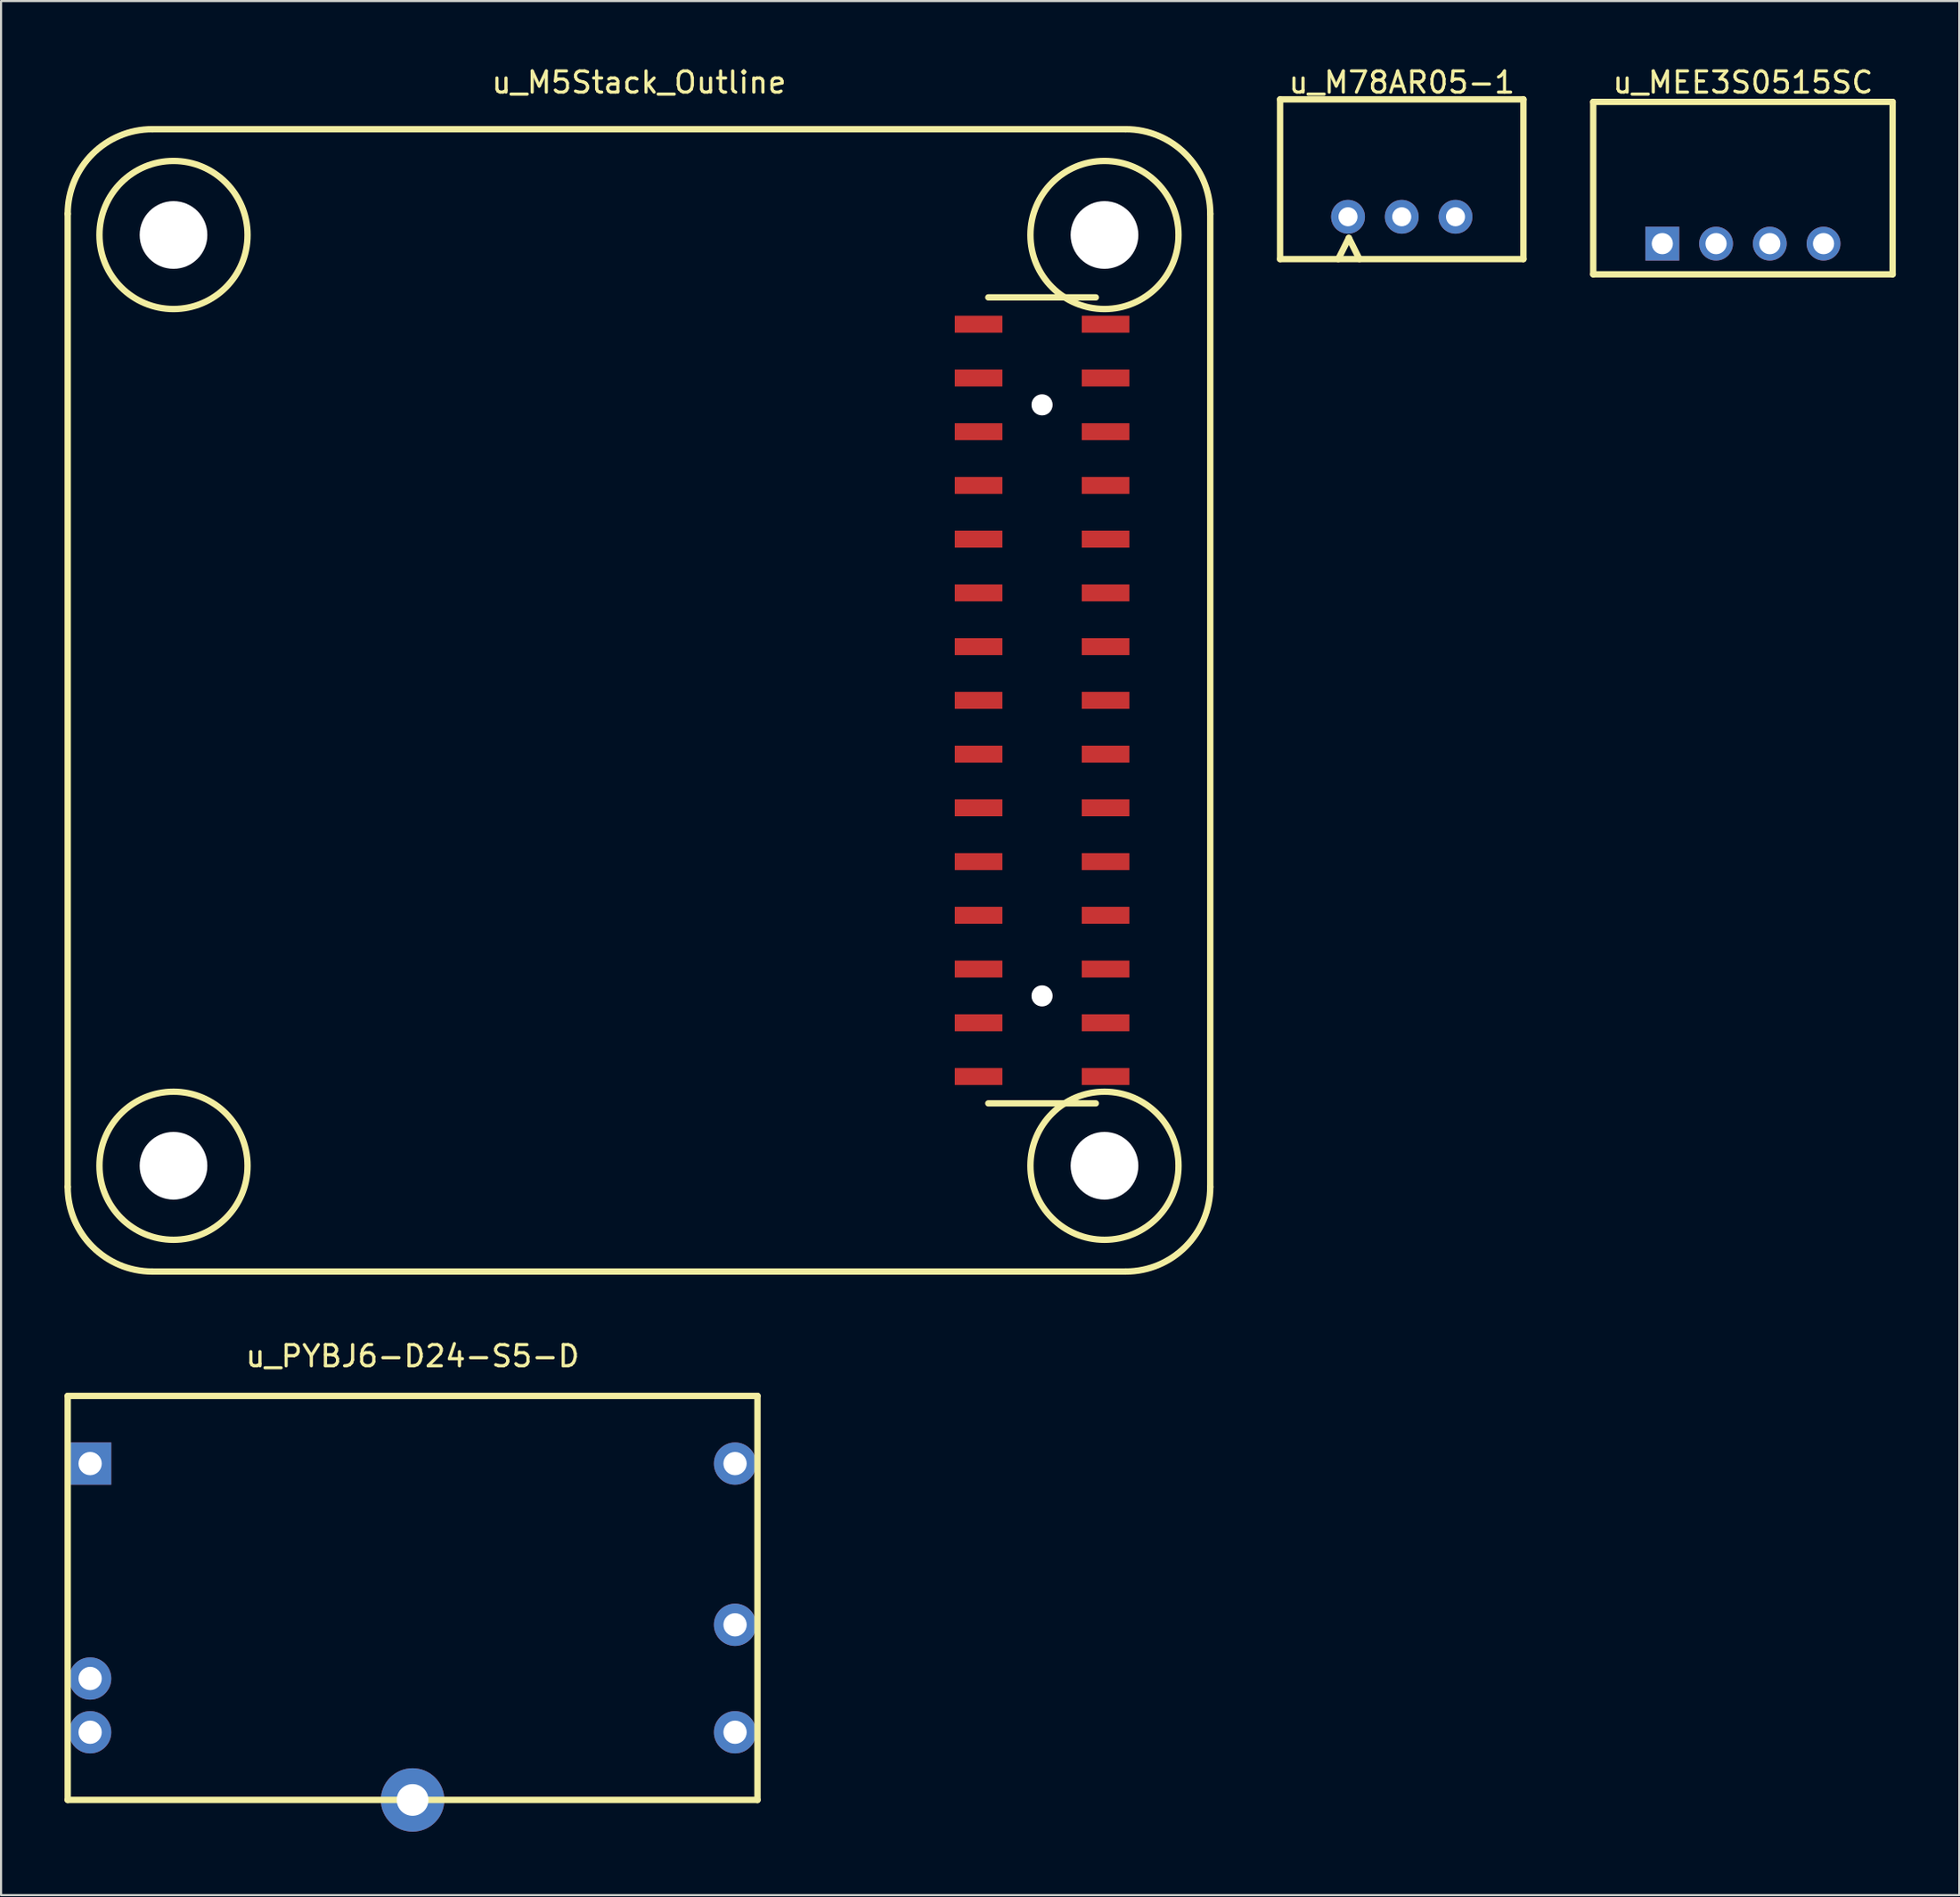
<source format=kicad_pcb>
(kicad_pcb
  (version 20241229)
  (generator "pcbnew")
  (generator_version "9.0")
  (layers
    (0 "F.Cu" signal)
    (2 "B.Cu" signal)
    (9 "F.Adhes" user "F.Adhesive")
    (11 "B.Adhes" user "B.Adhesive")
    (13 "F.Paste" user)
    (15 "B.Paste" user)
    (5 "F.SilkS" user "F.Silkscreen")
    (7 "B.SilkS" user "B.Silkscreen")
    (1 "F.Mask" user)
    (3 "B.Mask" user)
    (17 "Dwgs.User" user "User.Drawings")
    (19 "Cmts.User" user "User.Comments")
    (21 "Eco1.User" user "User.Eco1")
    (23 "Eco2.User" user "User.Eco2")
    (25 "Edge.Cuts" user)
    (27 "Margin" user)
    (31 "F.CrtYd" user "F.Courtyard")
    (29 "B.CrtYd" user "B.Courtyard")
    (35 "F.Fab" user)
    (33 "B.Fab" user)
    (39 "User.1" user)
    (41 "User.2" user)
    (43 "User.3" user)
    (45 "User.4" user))
  (footprint "u_M78AR05-1"
    (layer "F.Cu")
    (at 63.2 7.198)
    (property "Reference" "u_M78AR05-1" (at 0 -6.35 0) (layer "F.SilkS") (effects (font (size 1 1) (thickness 0.15))))
    (attr through_hole)
    (fp_line (start -5.75 -5.55) (end -5.75 2) (stroke (width 0.3) (type solid)) (layer "F.SilkS"))
    (fp_line (start -5.75 2) (end 5.75 2) (stroke (width 0.3) (type solid)) (layer "F.SilkS"))
    (fp_line (start -3 2) (end -2.5 1) (stroke (width 0.3) (type solid)) (layer "F.SilkS"))
    (fp_line (start -2.5 1) (end -2 2) (stroke (width 0.3) (type solid)) (layer "F.SilkS"))
    (fp_line (start 5.75 -5.55) (end -5.75 -5.55) (stroke (width 0.3) (type solid)) (layer "F.SilkS"))
    (fp_line (start 5.75 2) (end 5.75 -5.55) (stroke (width 0.3) (type solid)) (layer "F.SilkS"))
    (pad "1" thru_hole circle (at -2.54 0) (size 1.6 1.6) (drill 0.9) (layers "*.Cu" "*.Mask"))
    (pad "2" thru_hole circle (at 0 0) (size 1.6 1.6) (drill 0.9) (layers "*.Cu" "*.Mask"))
    (pad "3" thru_hole circle (at 2.54 0) (size 1.6 1.6) (drill 0.9) (layers "*.Cu" "*.Mask")))
  (footprint "u_M5Stack_Outline"
    (layer "F.Cu")
    (at 27.15 30.058)
    (property "Reference" "u_M5Stack_Outline" (at 0 -29.21 0) (layer "F.SilkS") (effects (font (size 1 1) (thickness 0.15))))
    (attr through_hole)
    (fp_line (start -27 -23) (end -27 23) (stroke (width 0.3) (type solid)) (layer "F.SilkS"))
    (fp_line (start -23 27) (end 23 27) (stroke (width 0.3) (type solid)) (layer "F.SilkS"))
    (fp_line (start 21.59 -19.05) (end 16.51 -19.05) (stroke (width 0.3) (type solid)) (layer "F.SilkS"))
    (fp_line (start 21.59 19.05) (end 16.51 19.05) (stroke (width 0.3) (type solid)) (layer "F.SilkS"))
    (fp_line (start 23 -27) (end -23 -27) (stroke (width 0.3) (type solid)) (layer "F.SilkS"))
    (fp_line (start 27 23) (end 27 -23) (stroke (width 0.3) (type solid)) (layer "F.SilkS"))
    (fp_arc (start -27 -23) (mid -25.828427 -25.828427) (end -23 -27) (stroke (width 0.3) (type solid)) (layer "F.SilkS"))
    (fp_arc (start -23 27) (mid -25.828427 25.828427) (end -27 23) (stroke (width 0.3) (type solid)) (layer "F.SilkS"))
    (fp_arc (start 23 -27) (mid 25.828427 -25.828427) (end 27 -23) (stroke (width 0.3) (type solid)) (layer "F.SilkS"))
    (fp_arc (start 27 23) (mid 25.828427 25.828427) (end 23 27) (stroke (width 0.3) (type solid)) (layer "F.SilkS"))
    (fp_circle (center -22 -22) (end -18.5 -22) (stroke (width 0.3) (type solid)) (fill no) (layer "F.SilkS"))
    (fp_circle (center -22 22) (end -18.5 22) (stroke (width 0.3) (type solid)) (fill no) (layer "F.SilkS"))
    (fp_circle (center 22 -22) (end 25.5 -22) (stroke (width 0.3) (type solid)) (fill no) (layer "F.SilkS"))
    (fp_circle (center 22 22) (end 25.5 22) (stroke (width 0.3) (type solid)) (fill no) (layer "F.SilkS"))
    (pad "" np_thru_hole circle (at -22 -22) (size 3.2 3.2) (drill 3.2) (layers "*.Cu" "*.Mask"))
    (pad "" np_thru_hole circle (at -22 22) (size 3.2 3.2) (drill 3.2) (layers "*.Cu" "*.Mask"))
    (pad "" np_thru_hole circle (at 19.05 -13.97 270) (size 1 1) (drill 1) (layers "*.Cu" "*.Mask"))
    (pad "" np_thru_hole circle (at 19.05 13.97 270) (size 1 1) (drill 1) (layers "*.Cu" "*.Mask"))
    (pad "" np_thru_hole circle (at 22 -22) (size 3.2 3.2) (drill 3.2) (layers "*.Cu" "*.Mask"))
    (pad "" np_thru_hole circle (at 22 22) (size 3.2 3.2) (drill 3.2) (layers "*.Cu" "*.Mask"))
    (pad "1" smd rect (at 22.05 -17.78 270) (size 0.8 2.25) (layers "F.Cu" "F.Mask" "F.Paste"))
    (pad "2" smd rect (at 16.05 -17.78 270) (size 0.8 2.25) (layers "F.Cu" "F.Mask" "F.Paste"))
    (pad "3" smd rect (at 22.05 -15.24 270) (size 0.8 2.25) (layers "F.Cu" "F.Mask" "F.Paste"))
    (pad "4" smd rect (at 16.05 -15.24 270) (size 0.8 2.25) (layers "F.Cu" "F.Mask" "F.Paste"))
    (pad "5" smd rect (at 22.05 -12.7 270) (size 0.8 2.25) (layers "F.Cu" "F.Mask" "F.Paste"))
    (pad "6" smd rect (at 16.05 -12.7 270) (size 0.8 2.25) (layers "F.Cu" "F.Mask" "F.Paste"))
    (pad "7" smd rect (at 22.05 -10.16 270) (size 0.8 2.25) (layers "F.Cu" "F.Mask" "F.Paste"))
    (pad "8" smd rect (at 16.05 -10.16 270) (size 0.8 2.25) (layers "F.Cu" "F.Mask" "F.Paste"))
    (pad "9" smd rect (at 22.05 -7.62 270) (size 0.8 2.25) (layers "F.Cu" "F.Mask" "F.Paste"))
    (pad "10" smd rect (at 16.05 -7.62 270) (size 0.8 2.25) (layers "F.Cu" "F.Mask" "F.Paste"))
    (pad "11" smd rect (at 22.05 -5.08 270) (size 0.8 2.25) (layers "F.Cu" "F.Mask" "F.Paste"))
    (pad "12" smd rect (at 16.05 -5.08 270) (size 0.8 2.25) (layers "F.Cu" "F.Mask" "F.Paste"))
    (pad "13" smd rect (at 22.05 -2.54 270) (size 0.8 2.25) (layers "F.Cu" "F.Mask" "F.Paste"))
    (pad "14" smd rect (at 16.05 -2.54 270) (size 0.8 2.25) (layers "F.Cu" "F.Mask" "F.Paste"))
    (pad "15" smd rect (at 22.05 0 270) (size 0.8 2.25) (layers "F.Cu" "F.Mask" "F.Paste"))
    (pad "16" smd rect (at 16.05 0 270) (size 0.8 2.25) (layers "F.Cu" "F.Mask" "F.Paste"))
    (pad "17" smd rect (at 22.05 2.54 270) (size 0.8 2.25) (layers "F.Cu" "F.Mask" "F.Paste"))
    (pad "18" smd rect (at 16.05 2.54 270) (size 0.8 2.25) (layers "F.Cu" "F.Mask" "F.Paste"))
    (pad "19" smd rect (at 22.05 5.08 270) (size 0.8 2.25) (layers "F.Cu" "F.Mask" "F.Paste"))
    (pad "20" smd rect (at 16.05 5.08 270) (size 0.8 2.25) (layers "F.Cu" "F.Mask" "F.Paste"))
    (pad "21" smd rect (at 22.05 7.62 270) (size 0.8 2.25) (layers "F.Cu" "F.Mask" "F.Paste"))
    (pad "22" smd rect (at 16.05 7.62 270) (size 0.8 2.25) (layers "F.Cu" "F.Mask" "F.Paste"))
    (pad "23" smd rect (at 22.05 10.16 270) (size 0.8 2.25) (layers "F.Cu" "F.Mask" "F.Paste"))
    (pad "24" smd rect (at 16.05 10.16 270) (size 0.8 2.25) (layers "F.Cu" "F.Mask" "F.Paste"))
    (pad "25" smd rect (at 22.05 12.7 270) (size 0.8 2.25) (layers "F.Cu" "F.Mask" "F.Paste"))
    (pad "26" smd rect (at 16.05 12.7 270) (size 0.8 2.25) (layers "F.Cu" "F.Mask" "F.Paste"))
    (pad "27" smd rect (at 22.05 15.24 270) (size 0.8 2.25) (layers "F.Cu" "F.Mask" "F.Paste"))
    (pad "28" smd rect (at 16.05 15.24 270) (size 0.8 2.25) (layers "F.Cu" "F.Mask" "F.Paste"))
    (pad "29" smd rect (at 22.05 17.78 270) (size 0.8 2.25) (layers "F.Cu" "F.Mask" "F.Paste"))
    (pad "30" smd rect (at 16.05 17.78 270) (size 0.8 2.25) (layers "F.Cu" "F.Mask" "F.Paste")))
  (footprint "u_MEE3S0515SC"
    (layer "F.Cu")
    (at 79.325 8.468)
    (property "Reference" "u_MEE3S0515SC" (at 0 -7.62 0) (layer "F.SilkS") (effects (font (size 1 1) (thickness 0.15))))
    (attr through_hole)
    (fp_line (start -7.075 -6.7) (end 7.075 -6.7) (stroke (width 0.3) (type solid)) (layer "F.SilkS"))
    (fp_line (start -7.075 1.45) (end -7.075 -6.7) (stroke (width 0.3) (type solid)) (layer "F.SilkS"))
    (fp_line (start -7.075 1.45) (end 7.075 1.45) (stroke (width 0.3) (type solid)) (layer "F.SilkS"))
    (fp_line (start 7.075 -6.7) (end 7.075 1.45) (stroke (width 0.3) (type solid)) (layer "F.SilkS"))
    (pad "1" thru_hole rect (at -3.81 0) (size 1.6 1.6) (drill 1) (layers "*.Cu" "*.Mask"))
    (pad "2" thru_hole circle (at -1.27 0) (size 1.6 1.6) (drill 1) (layers "*.Cu" "*.Mask"))
    (pad "3" thru_hole circle (at 1.27 0) (size 1.6 1.6) (drill 1) (layers "*.Cu" "*.Mask"))
    (pad "4" thru_hole circle (at 3.81 0) (size 1.6 1.6) (drill 1) (layers "*.Cu" "*.Mask")))
  (footprint "u_PYBJ6-D24-S5-D"
    (layer "F.Cu")
    (at 16.45 72.487)
    (property "Reference" "u_PYBJ6-D24-S5-D" (at 0 -11.43 0) (layer "F.SilkS") (effects (font (size 1 1) (thickness 0.15))))
    (attr through_hole)
    (fp_line (start -16.3 -9.55) (end -16.3 9.55) (stroke (width 0.3) (type solid)) (layer "F.SilkS"))
    (fp_line (start -16.3 9.55) (end 16.3 9.55) (stroke (width 0.3) (type solid)) (layer "F.SilkS"))
    (fp_line (start 16.3 -9.55) (end -16.3 -9.55) (stroke (width 0.3) (type solid)) (layer "F.SilkS"))
    (fp_line (start 16.3 9.55) (end 16.3 -9.55) (stroke (width 0.3) (type solid)) (layer "F.SilkS"))
    (pad "1" thru_hole rect (at -15.24 -6.35) (size 2 2) (drill 1.1) (layers "*.Cu" "*.Mask"))
    (pad "2" thru_hole circle (at -15.24 3.81) (size 2 2) (drill 1.1) (layers "*.Cu" "*.Mask"))
    (pad "3" thru_hole circle (at -15.24 6.35) (size 2 2) (drill 1.1) (layers "*.Cu" "*.Mask"))
    (pad "4" thru_hole circle (at 15.24 6.35) (size 2 2) (drill 1.1) (layers "*.Cu" "*.Mask"))
    (pad "5" thru_hole circle (at 15.24 1.27) (size 2 2) (drill 1.1) (layers "*.Cu" "*.Mask"))
    (pad "6" thru_hole circle (at 15.24 -6.35) (size 2 2) (drill 1.1) (layers "*.Cu" "*.Mask"))
    (pad "7" thru_hole circle (at 0 9.55) (size 3 3) (drill 1.5) (layers "*.Cu" "*.Mask")))
  (gr_rect
    (start -3 -3)
    (end 89.55 86.537)
    (stroke (width 0.1) (type default))
    (fill no)
    (layer "Edge.Cuts")))
</source>
